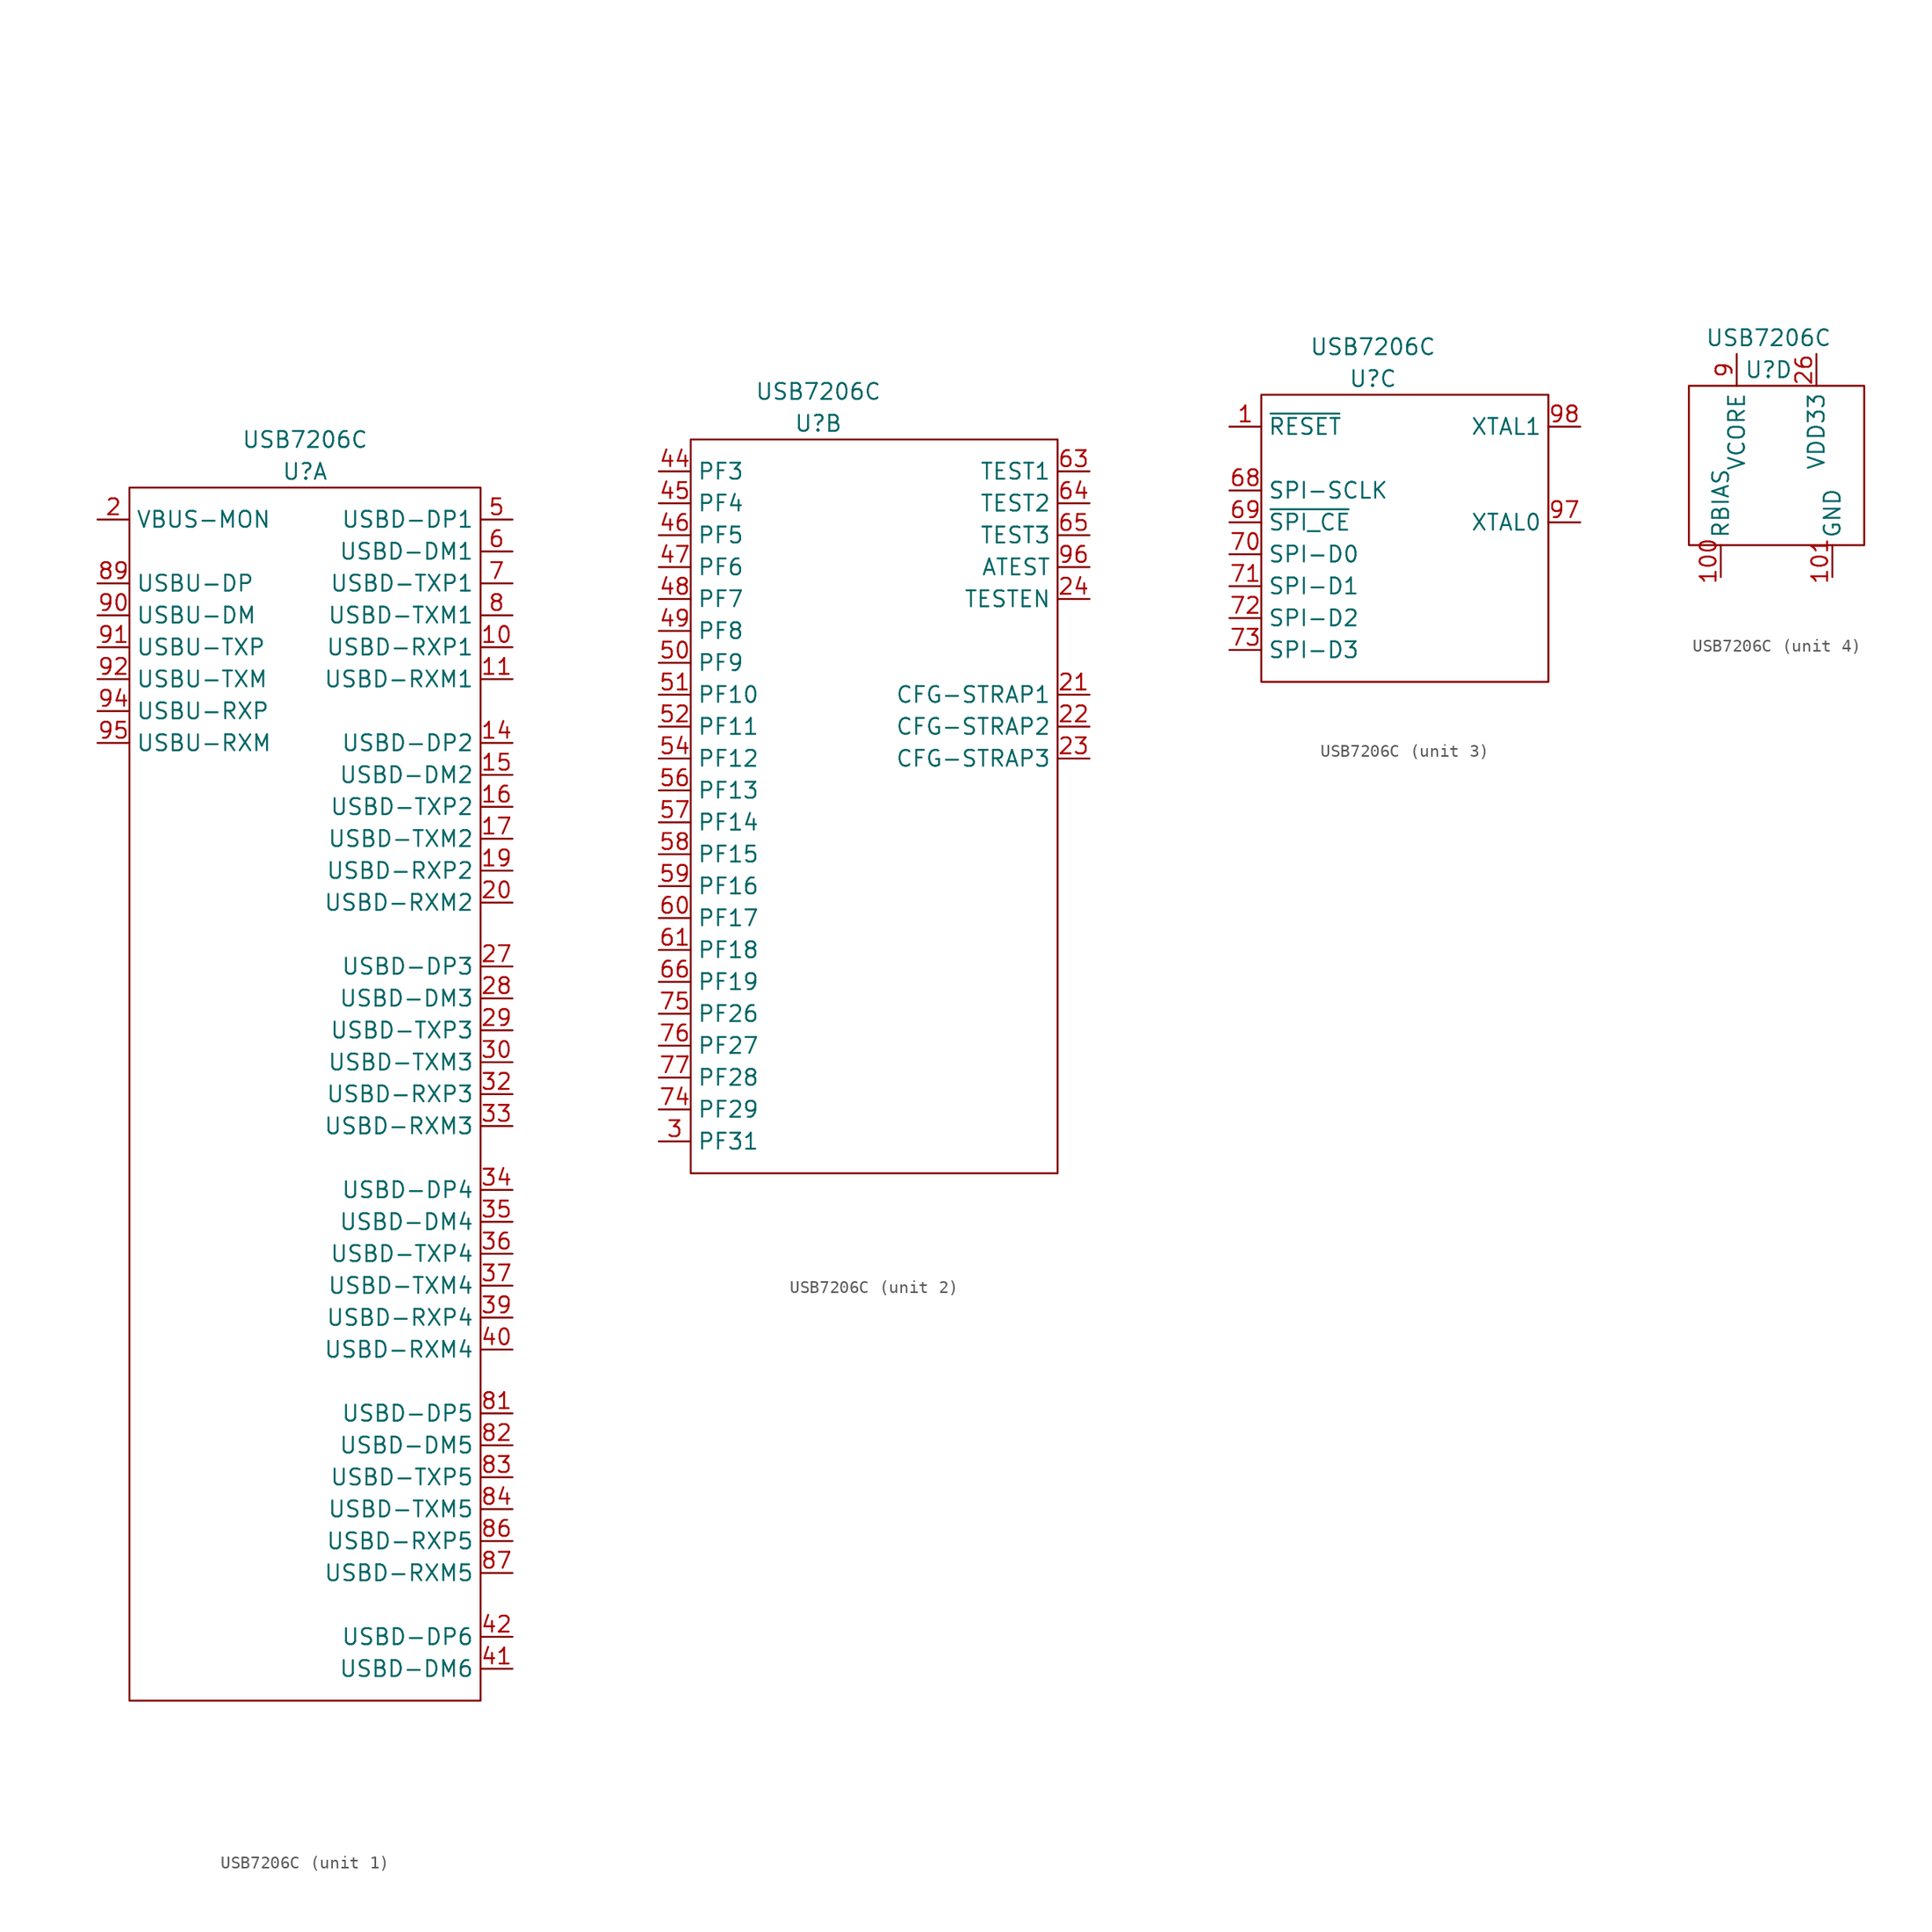
<source format=kicad_sym>
(kicad_symbol_lib
  (version 20220914)
  (generator kicad_symbol_editor)
  (symbol "USB7206C"
    (property "Reference" "U"
      (at 0 1.27 0)
      (effects (font (size 1.27 1.27))))
    (property "Value" "USB7206C"
      (at 0 3.81 0)
      (effects (font (size 1.27 1.27))))
    (property "ki_locked" ""
      (at 0 0 0)
      (effects (font (size 1.27 1.27))))
    (symbol "USB7206C_0_0"
      (pin no_connect line (at 0 22.86 0) (length 2.54) hide (name "NC" (effects (font (size 1.27 1.27)))) (number "12" (effects (font (size 1.27 1.27)))))
      (pin no_connect line (at 0 22.86 0) (length 2.54) hide (name "NC" (effects (font (size 1.27 1.27)))) (number "13" (effects (font (size 1.27 1.27)))))
      (pin no_connect line (at 0 22.86 0) (length 2.54) hide (name "NC" (effects (font (size 1.27 1.27)))) (number "4" (effects (font (size 1.27 1.27)))))
      (pin no_connect line (at 0 22.86 0) (length 2.54) hide (name "NC" (effects (font (size 1.27 1.27)))) (number "80" (effects (font (size 1.27 1.27))))))
    (symbol "USB7206C_1_0"
      (pin input line (at 16.51 -12.7 180) (length 2.54) (name "USBD-RXP1" (effects (font (size 1.27 1.27)))) (number "10" (effects (font (size 1.27 1.27)))))
      (pin input line (at 16.51 -15.24 180) (length 2.54) (name "USBD-RXM1" (effects (font (size 1.27 1.27)))) (number "11" (effects (font (size 1.27 1.27)))))
      (pin bidirectional line (at 16.51 -20.32 180) (length 2.54) (name "USBD-DP2" (effects (font (size 1.27 1.27)))) (number "14" (effects (font (size 1.27 1.27)))) (alternate "PRT_DIS_P2" bidirectional line))
      (pin bidirectional line (at 16.51 -22.86 180) (length 2.54) (name "USBD-DM2" (effects (font (size 1.27 1.27)))) (number "15" (effects (font (size 1.27 1.27)))) (alternate "PRT_DIS_M2" bidirectional line))
      (pin output line (at 16.51 -25.4 180) (length 2.54) (name "USBD-TXP2" (effects (font (size 1.27 1.27)))) (number "16" (effects (font (size 1.27 1.27)))))
      (pin output line (at 16.51 -27.94 180) (length 2.54) (name "USBD-TXM2" (effects (font (size 1.27 1.27)))) (number "17" (effects (font (size 1.27 1.27)))))
      (pin input line (at 16.51 -30.48 180) (length 2.54) (name "USBD-RXP2" (effects (font (size 1.27 1.27)))) (number "19" (effects (font (size 1.27 1.27)))))
      (pin input line (at -16.51 -2.54 0) (length 2.54) (name "VBUS-MON" (effects (font (size 1.27 1.27)))) (number "2" (effects (font (size 1.27 1.27)))) (alternate "PF30" bidirectional line))
      (pin input line (at 16.51 -33.02 180) (length 2.54) (name "USBD-RXM2" (effects (font (size 1.27 1.27)))) (number "20" (effects (font (size 1.27 1.27)))))
      (pin bidirectional line (at 16.51 -38.1 180) (length 2.54) (name "USBD-DP3" (effects (font (size 1.27 1.27)))) (number "27" (effects (font (size 1.27 1.27)))) (alternate "PRT_DIS_P3" bidirectional line))
      (pin bidirectional line (at 16.51 -40.64 180) (length 2.54) (name "USBD-DM3" (effects (font (size 1.27 1.27)))) (number "28" (effects (font (size 1.27 1.27)))) (alternate "PRT_DIS_M3" bidirectional line))
      (pin output line (at 16.51 -43.18 180) (length 2.54) (name "USBD-TXP3" (effects (font (size 1.27 1.27)))) (number "29" (effects (font (size 1.27 1.27)))))
      (pin output line (at 16.51 -45.72 180) (length 2.54) (name "USBD-TXM3" (effects (font (size 1.27 1.27)))) (number "30" (effects (font (size 1.27 1.27)))))
      (pin input line (at 16.51 -48.26 180) (length 2.54) (name "USBD-RXP3" (effects (font (size 1.27 1.27)))) (number "32" (effects (font (size 1.27 1.27)))))
      (pin input line (at 16.51 -50.8 180) (length 2.54) (name "USBD-RXM3" (effects (font (size 1.27 1.27)))) (number "33" (effects (font (size 1.27 1.27)))))
      (pin bidirectional line (at 16.51 -55.88 180) (length 2.54) (name "USBD-DP4" (effects (font (size 1.27 1.27)))) (number "34" (effects (font (size 1.27 1.27)))) (alternate "PRT_DIS_P4" bidirectional line))
      (pin bidirectional line (at 16.51 -58.42 180) (length 2.54) (name "USBD-DM4" (effects (font (size 1.27 1.27)))) (number "35" (effects (font (size 1.27 1.27)))) (alternate "PRT_DIS_M4" bidirectional line))
      (pin output line (at 16.51 -60.96 180) (length 2.54) (name "USBD-TXP4" (effects (font (size 1.27 1.27)))) (number "36" (effects (font (size 1.27 1.27)))))
      (pin output line (at 16.51 -63.5 180) (length 2.54) (name "USBD-TXM4" (effects (font (size 1.27 1.27)))) (number "37" (effects (font (size 1.27 1.27)))))
      (pin input line (at 16.51 -66.04 180) (length 2.54) (name "USBD-RXP4" (effects (font (size 1.27 1.27)))) (number "39" (effects (font (size 1.27 1.27)))))
      (pin input line (at 16.51 -68.58 180) (length 2.54) (name "USBD-RXM4" (effects (font (size 1.27 1.27)))) (number "40" (effects (font (size 1.27 1.27)))))
      (pin bidirectional line (at 16.51 -93.98 180) (length 2.54) (name "USBD-DM6" (effects (font (size 1.27 1.27)))) (number "41" (effects (font (size 1.27 1.27)))) (alternate "PRT_DIS_M6" bidirectional line))
      (pin bidirectional line (at 16.51 -91.44 180) (length 2.54) (name "USBD-DP6" (effects (font (size 1.27 1.27)))) (number "42" (effects (font (size 1.27 1.27)))) (alternate "PRT_DIS_P6" bidirectional line))
      (pin bidirectional line (at 16.51 -2.54 180) (length 2.54) (name "USBD-DP1" (effects (font (size 1.27 1.27)))) (number "5" (effects (font (size 1.27 1.27)))) (alternate "PRT_DIS_P1" bidirectional line))
      (pin bidirectional line (at 16.51 -5.08 180) (length 2.54) (name "USBD-DM1" (effects (font (size 1.27 1.27)))) (number "6" (effects (font (size 1.27 1.27)))) (alternate "PRT_DIS_M1" bidirectional line))
      (pin output line (at 16.51 -7.62 180) (length 2.54) (name "USBD-TXP1" (effects (font (size 1.27 1.27)))) (number "7" (effects (font (size 1.27 1.27)))))
      (pin output line (at 16.51 -10.16 180) (length 2.54) (name "USBD-TXM1" (effects (font (size 1.27 1.27)))) (number "8" (effects (font (size 1.27 1.27)))))
      (pin bidirectional line (at 16.51 -73.66 180) (length 2.54) (name "USBD-DP5" (effects (font (size 1.27 1.27)))) (number "81" (effects (font (size 1.27 1.27)))) (alternate "PRT_DIS_P5" bidirectional line))
      (pin bidirectional line (at 16.51 -76.2 180) (length 2.54) (name "USBD-DM5" (effects (font (size 1.27 1.27)))) (number "82" (effects (font (size 1.27 1.27)))) (alternate "PRT_DIS_M5" bidirectional line))
      (pin output line (at 16.51 -78.74 180) (length 2.54) (name "USBD-TXP5" (effects (font (size 1.27 1.27)))) (number "83" (effects (font (size 1.27 1.27)))))
      (pin output line (at 16.51 -81.28 180) (length 2.54) (name "USBD-TXM5" (effects (font (size 1.27 1.27)))) (number "84" (effects (font (size 1.27 1.27)))))
      (pin input line (at 16.51 -83.82 180) (length 2.54) (name "USBD-RXP5" (effects (font (size 1.27 1.27)))) (number "86" (effects (font (size 1.27 1.27)))))
      (pin input line (at 16.51 -86.36 180) (length 2.54) (name "USBD-RXM5" (effects (font (size 1.27 1.27)))) (number "87" (effects (font (size 1.27 1.27)))))
      (pin bidirectional line (at -16.51 -7.62 0) (length 2.54) (name "USBU-DP" (effects (font (size 1.27 1.27)))) (number "89" (effects (font (size 1.27 1.27)))))
      (pin bidirectional line (at -16.51 -10.16 0) (length 2.54) (name "USBU-DM" (effects (font (size 1.27 1.27)))) (number "90" (effects (font (size 1.27 1.27)))))
      (pin output line (at -16.51 -12.7 0) (length 2.54) (name "USBU-TXP" (effects (font (size 1.27 1.27)))) (number "91" (effects (font (size 1.27 1.27)))))
      (pin output line (at -16.51 -15.24 0) (length 2.54) (name "USBU-TXM" (effects (font (size 1.27 1.27)))) (number "92" (effects (font (size 1.27 1.27)))))
      (pin input line (at -16.51 -17.78 0) (length 2.54) (name "USBU-RXP" (effects (font (size 1.27 1.27)))) (number "94" (effects (font (size 1.27 1.27)))))
      (pin input line (at -16.51 -20.32 0) (length 2.54) (name "USBU-RXM" (effects (font (size 1.27 1.27)))) (number "95" (effects (font (size 1.27 1.27))))))
    (symbol "USB7206C_1_1"
      (rectangle (start -13.97 0) (end 13.97 -96.52) (stroke (width 0) (type default)) (fill (type none))))
    (symbol "USB7206C_2_0"
      (pin input line (at 21.59 -20.32 180) (length 2.54) (name "CFG-STRAP1" (effects (font (size 1.27 1.27)))) (number "21" (effects (font (size 1.27 1.27)))))
      (pin input line (at 21.59 -22.86 180) (length 2.54) (name "CFG-STRAP2" (effects (font (size 1.27 1.27)))) (number "22" (effects (font (size 1.27 1.27)))))
      (pin input line (at 21.59 -25.4 180) (length 2.54) (name "CFG-STRAP3" (effects (font (size 1.27 1.27)))) (number "23" (effects (font (size 1.27 1.27)))))
      (pin tri_state line (at 21.59 -12.7 180) (length 2.54) (name "TESTEN" (effects (font (size 1.27 1.27)))) (number "24" (effects (font (size 1.27 1.27)))))
      (pin bidirectional line (at -12.7 -55.88 0) (length 2.54) (name "PF31" (effects (font (size 1.27 1.27)))) (number "3" (effects (font (size 1.27 1.27)))) (alternate "CTLR-I2C-DA" bidirectional line))
      (pin bidirectional line (at -12.7 -2.54 0) (length 2.54) (name "PF3" (effects (font (size 1.27 1.27)))) (number "44" (effects (font (size 1.27 1.27)))) (alternate "I2S-SDI" input line))
      (pin bidirectional line (at -12.7 -5.08 0) (length 2.54) (name "PF4" (effects (font (size 1.27 1.27)))) (number "45" (effects (font (size 1.27 1.27)))) (alternate "I2S-SDO" output line))
      (pin bidirectional line (at -12.7 -7.62 0) (length 2.54) (name "PF5" (effects (font (size 1.27 1.27)))) (number "46" (effects (font (size 1.27 1.27)))) (alternate "I2S-SCLK" input line))
      (pin bidirectional line (at -12.7 -10.16 0) (length 2.54) (name "PF6" (effects (font (size 1.27 1.27)))) (number "47" (effects (font (size 1.27 1.27)))) (alternate "I2S-LRCK" bidirectional line))
      (pin bidirectional line (at -12.7 -12.7 0) (length 2.54) (name "PF7" (effects (font (size 1.27 1.27)))) (number "48" (effects (font (size 1.27 1.27)))) (alternate "I2S-MCLK" bidirectional line))
      (pin bidirectional line (at -12.7 -15.24 0) (length 2.54) (name "PF8" (effects (font (size 1.27 1.27)))) (number "49" (effects (font (size 1.27 1.27)))))
      (pin bidirectional line (at -12.7 -17.78 0) (length 2.54) (name "PF9" (effects (font (size 1.27 1.27)))) (number "50" (effects (font (size 1.27 1.27)))))
      (pin bidirectional line (at -12.7 -20.32 0) (length 2.54) (name "PF10" (effects (font (size 1.27 1.27)))) (number "51" (effects (font (size 1.27 1.27)))) (alternate "PRT-CTRL3-U3" bidirectional line))
      (pin bidirectional line (at -12.7 -22.86 0) (length 2.54) (name "PF11" (effects (font (size 1.27 1.27)))) (number "52" (effects (font (size 1.27 1.27)))) (alternate "PRT-CTRL4-U3" bidirectional line))
      (pin bidirectional line (at -12.7 -25.4 0) (length 2.54) (name "PF12" (effects (font (size 1.27 1.27)))) (number "54" (effects (font (size 1.27 1.27)))) (alternate "PRT-CTRL5-U3" bidirectional line))
      (pin bidirectional line (at -12.7 -27.94 0) (length 2.54) (name "PF13" (effects (font (size 1.27 1.27)))) (number "56" (effects (font (size 1.27 1.27)))) (alternate "PRT-CTRL5" bidirectional line))
      (pin bidirectional line (at -12.7 -30.48 0) (length 2.54) (name "PF14" (effects (font (size 1.27 1.27)))) (number "57" (effects (font (size 1.27 1.27)))) (alternate "PORT-CTRL4" bidirectional line))
      (pin bidirectional line (at -12.7 -33.02 0) (length 2.54) (name "PF15" (effects (font (size 1.27 1.27)))) (number "58" (effects (font (size 1.27 1.27)))) (alternate "PORT-CTRL3" bidirectional line))
      (pin bidirectional line (at -12.7 -35.56 0) (length 2.54) (name "PF16" (effects (font (size 1.27 1.27)))) (number "59" (effects (font (size 1.27 1.27)))) (alternate "PORT-CTRL2" bidirectional line))
      (pin bidirectional line (at -12.7 -38.1 0) (length 2.54) (name "PF17" (effects (font (size 1.27 1.27)))) (number "60" (effects (font (size 1.27 1.27)))) (alternate "PORT-CTRL1" bidirectional line))
      (pin bidirectional line (at -12.7 -40.64 0) (length 2.54) (name "PF18" (effects (font (size 1.27 1.27)))) (number "61" (effects (font (size 1.27 1.27)))) (alternate "CTLR-I2C-SCLK" bidirectional line))
      (pin bidirectional line (at 21.59 -2.54 180) (length 2.54) (name "TEST1" (effects (font (size 1.27 1.27)))) (number "63" (effects (font (size 1.27 1.27)))))
      (pin bidirectional line (at 21.59 -5.08 180) (length 2.54) (name "TEST2" (effects (font (size 1.27 1.27)))) (number "64" (effects (font (size 1.27 1.27)))))
      (pin bidirectional line (at 21.59 -7.62 180) (length 2.54) (name "TEST3" (effects (font (size 1.27 1.27)))) (number "65" (effects (font (size 1.27 1.27)))))
      (pin bidirectional line (at -12.7 -43.18 0) (length 2.54) (name "PF19" (effects (font (size 1.27 1.27)))) (number "66" (effects (font (size 1.27 1.27)))) (alternate "MIC-DET" bidirectional line))
      (pin bidirectional line (at -12.7 -53.34 0) (length 2.54) (name "PF29" (effects (font (size 1.27 1.27)))) (number "74" (effects (font (size 1.27 1.27)))))
      (pin bidirectional line (at -12.7 -45.72 0) (length 2.54) (name "PF26" (effects (font (size 1.27 1.27)))) (number "75" (effects (font (size 1.27 1.27)))) (alternate "PER-I2C-SCLK" input line))
      (pin bidirectional line (at -12.7 -48.26 0) (length 2.54) (name "PF27" (effects (font (size 1.27 1.27)))) (number "76" (effects (font (size 1.27 1.27)))) (alternate "PER-I2C-DA" bidirectional line))
      (pin bidirectional line (at -12.7 -50.8 0) (length 2.54) (name "PF28" (effects (font (size 1.27 1.27)))) (number "77" (effects (font (size 1.27 1.27)))) (alternate "PRT-CTRL6" bidirectional line))
      (pin bidirectional line (at 21.59 -10.16 180) (length 2.54) (name "ATEST" (effects (font (size 1.27 1.27)))) (number "96" (effects (font (size 1.27 1.27))))))
    (symbol "USB7206C_2_1"
      (rectangle (start -10.16 0) (end 19.05 -58.42) (stroke (width 0) (type default)) (fill (type none))))
    (symbol "USB7206C_3_0"
      (pin input line (at -11.43 -2.54 0) (length 2.54) (name "~{RESET}" (effects (font (size 1.27 1.27)))) (number "1" (effects (font (size 1.27 1.27)))))
      (pin input line (at -11.43 -7.62 0) (length 2.54) (name "SPI-SCLK" (effects (font (size 1.27 1.27)))) (number "68" (effects (font (size 1.27 1.27)))) (alternate "PF21" input line))
      (pin input line (at -11.43 -10.16 0) (length 2.54) (name "~{SPI_CE}" (effects (font (size 1.27 1.27)))) (number "69" (effects (font (size 1.27 1.27)))) (alternate "CFG_NON_REM" input line) (alternate "PF20" bidirectional line))
      (pin bidirectional line (at -11.43 -12.7 0) (length 2.54) (name "SPI-D0" (effects (font (size 1.27 1.27)))) (number "70" (effects (font (size 1.27 1.27)))) (alternate "CFG_BC_EN" input line) (alternate "PF22" bidirectional line))
      (pin bidirectional line (at -11.43 -15.24 0) (length 2.54) (name "SPI-D1" (effects (font (size 1.27 1.27)))) (number "71" (effects (font (size 1.27 1.27)))) (alternate "PF23" bidirectional line))
      (pin bidirectional line (at -11.43 -17.78 0) (length 2.54) (name "SPI-D2" (effects (font (size 1.27 1.27)))) (number "72" (effects (font (size 1.27 1.27)))) (alternate "PF24" bidirectional line))
      (pin bidirectional line (at -11.43 -20.32 0) (length 2.54) (name "SPI-D3" (effects (font (size 1.27 1.27)))) (number "73" (effects (font (size 1.27 1.27)))) (alternate "PF25" bidirectional line))
      (pin input line (at 16.51 -10.16 180) (length 2.54) (name "XTAL0" (effects (font (size 1.27 1.27)))) (number "97" (effects (font (size 1.27 1.27)))))
      (pin input line (at 16.51 -2.54 180) (length 2.54) (name "XTAL1" (effects (font (size 1.27 1.27)))) (number "98" (effects (font (size 1.27 1.27)))) (alternate "CLK_IN" input line)))
    (symbol "USB7206C_3_1"
      (rectangle (start -8.89 0) (end 13.97 -22.86) (stroke (width 0) (type default)) (fill (type none))))
    (symbol "USB7206C_4_0"
      (pin passive line (at -3.81 -15.24 90) (length 2.54) (name "RBIAS" (effects (font (size 1.27 1.27)))) (number "100" (effects (font (size 1.27 1.27)))))
      (pin power_in line (at 5.08 -15.24 90) (length 2.54) (name "GND" (effects (font (size 1.27 1.27)))) (number "101" (effects (font (size 1.27 1.27)))))
      (pin power_in line (at -2.54 2.54 270) (length 2.54) hide (name "VCORE" (effects (font (size 1.27 1.27)))) (number "18" (effects (font (size 1.27 1.27)))))
      (pin power_in line (at -2.54 2.54 270) (length 2.54) hide (name "VCORE" (effects (font (size 1.27 1.27)))) (number "25" (effects (font (size 1.27 1.27)))))
      (pin power_in line (at 3.81 2.54 270) (length 2.54) (name "VDD33" (effects (font (size 1.27 1.27)))) (number "26" (effects (font (size 1.27 1.27)))))
      (pin power_in line (at -2.54 2.54 270) (length 2.54) hide (name "VCORE" (effects (font (size 1.27 1.27)))) (number "31" (effects (font (size 1.27 1.27)))))
      (pin power_in line (at -2.54 2.54 270) (length 2.54) hide (name "VCORE" (effects (font (size 1.27 1.27)))) (number "38" (effects (font (size 1.27 1.27)))))
      (pin power_in line (at 3.81 2.54 270) (length 2.54) hide (name "VDD33" (effects (font (size 1.27 1.27)))) (number "43" (effects (font (size 1.27 1.27)))))
      (pin power_in line (at 3.81 2.54 270) (length 2.54) hide (name "VDD33" (effects (font (size 1.27 1.27)))) (number "53" (effects (font (size 1.27 1.27)))))
      (pin power_in line (at -2.54 2.54 270) (length 2.54) hide (name "VCORE" (effects (font (size 1.27 1.27)))) (number "55" (effects (font (size 1.27 1.27)))))
      (pin power_in line (at 3.81 2.54 270) (length 2.54) hide (name "VDD33" (effects (font (size 1.27 1.27)))) (number "62" (effects (font (size 1.27 1.27)))))
      (pin power_in line (at 3.81 2.54 270) (length 2.54) hide (name "VDD33" (effects (font (size 1.27 1.27)))) (number "67" (effects (font (size 1.27 1.27)))))
      (pin power_in line (at -2.54 2.54 270) (length 2.54) hide (name "VCORE" (effects (font (size 1.27 1.27)))) (number "78" (effects (font (size 1.27 1.27)))))
      (pin power_in line (at 3.81 2.54 270) (length 2.54) hide (name "VDD33" (effects (font (size 1.27 1.27)))) (number "79" (effects (font (size 1.27 1.27)))))
      (pin power_in line (at -2.54 2.54 270) (length 2.54) hide (name "VCORE" (effects (font (size 1.27 1.27)))) (number "85" (effects (font (size 1.27 1.27)))))
      (pin power_in line (at 3.81 2.54 270) (length 2.54) hide (name "VDD33" (effects (font (size 1.27 1.27)))) (number "88" (effects (font (size 1.27 1.27)))))
      (pin power_in line (at -2.54 2.54 270) (length 2.54) (name "VCORE" (effects (font (size 1.27 1.27)))) (number "9" (effects (font (size 1.27 1.27)))))
      (pin power_in line (at -2.54 2.54 270) (length 2.54) hide (name "VCORE" (effects (font (size 1.27 1.27)))) (number "93" (effects (font (size 1.27 1.27)))))
      (pin power_in line (at 3.81 2.54 270) (length 2.54) hide (name "VDD33" (effects (font (size 1.27 1.27)))) (number "99" (effects (font (size 1.27 1.27))))))
    (symbol "USB7206C_4_1"
      (rectangle (start -6.35 0) (end 7.62 -12.7) (stroke (width 0) (type default)) (fill (type none))))))
</source>
